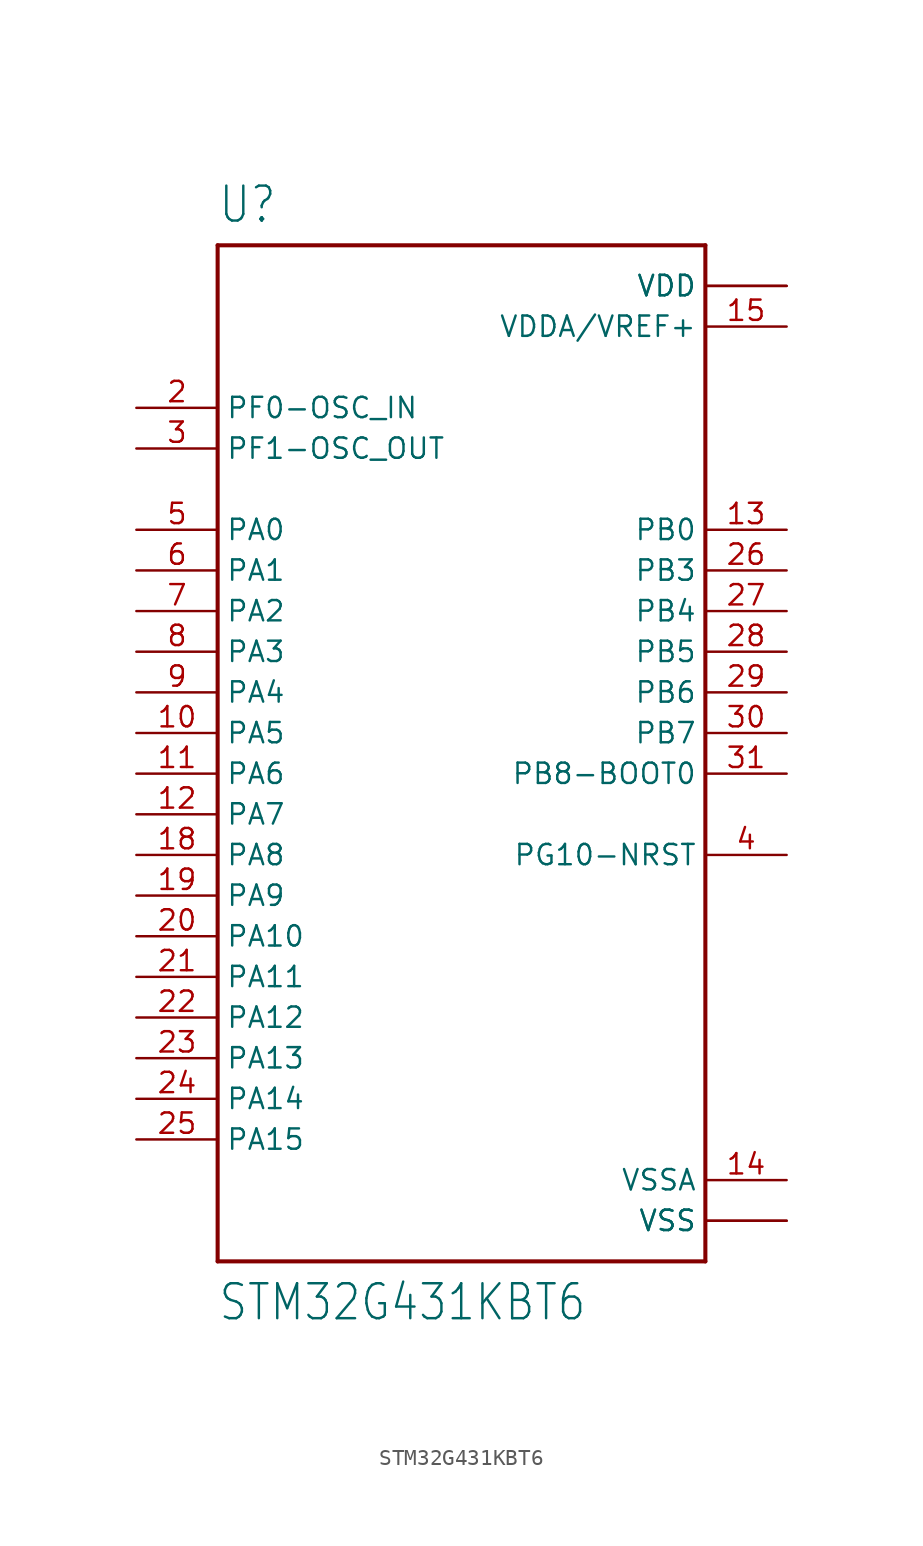
<source format=kicad_sym>
(kicad_symbol_lib
  (version 20211014)
  (generator kicad_symbol_editor)
  (symbol "STM32G431KBT6"
    (property "Reference" "U"
      (at -15.24 34.29 0)
      (effects (font (size 2.184 1.857)) (justify left bottom)))
    (property "Value" "STM32G431KBT6"
      (at -15.24 -31.75 0)
      (effects (font (size 2.184 1.857)) (justify left top)))
    (property "ki_locked" ""
      (at 0 0 0)
      (effects (font (size 1.27 1.27))))
    (symbol "STM32G431KBT6_1_0"
      (polyline (pts (xy -15.24 -30.48) (xy -15.24 33.02)) (stroke (width 0.254) (type default) (color 0 0 0 0)) (fill (type none)))
      (polyline (pts (xy -15.24 33.02) (xy 15.24 33.02)) (stroke (width 0.254) (type default) (color 0 0 0 0)) (fill (type none)))
      (polyline (pts (xy 15.24 -30.48) (xy -15.24 -30.48)) (stroke (width 0.254) (type default) (color 0 0 0 0)) (fill (type none)))
      (polyline (pts (xy 15.24 33.02) (xy 15.24 -30.48)) (stroke (width 0.254) (type default) (color 0 0 0 0)) (fill (type none)))
      (pin power_in line (at 20.32 30.48 180) (length 5.08) (name "VDD" (effects (font (size 1.27 1.27)))) (number "1" (effects (font (size 0 0)))))
      (pin bidirectional line (at -20.32 2.54 0) (length 5.08) (name "PA5" (effects (font (size 1.27 1.27)))) (number "10" (effects (font (size 1.27 1.27)))))
      (pin bidirectional line (at -20.32 0 0) (length 5.08) (name "PA6" (effects (font (size 1.27 1.27)))) (number "11" (effects (font (size 1.27 1.27)))))
      (pin bidirectional line (at -20.32 -2.54 0) (length 5.08) (name "PA7" (effects (font (size 1.27 1.27)))) (number "12" (effects (font (size 1.27 1.27)))))
      (pin bidirectional line (at 20.32 15.24 180) (length 5.08) (name "PB0" (effects (font (size 1.27 1.27)))) (number "13" (effects (font (size 1.27 1.27)))))
      (pin power_in line (at 20.32 -25.4 180) (length 5.08) (name "VSSA" (effects (font (size 1.27 1.27)))) (number "14" (effects (font (size 1.27 1.27)))))
      (pin power_in line (at 20.32 27.94 180) (length 5.08) (name "VDDA/VREF+" (effects (font (size 1.27 1.27)))) (number "15" (effects (font (size 1.27 1.27)))))
      (pin power_in line (at 20.32 -27.94 180) (length 5.08) (name "VSS" (effects (font (size 1.27 1.27)))) (number "16" (effects (font (size 0 0)))))
      (pin power_in line (at 20.32 30.48 180) (length 5.08) (name "VDD" (effects (font (size 1.27 1.27)))) (number "17" (effects (font (size 0 0)))))
      (pin bidirectional line (at -20.32 -5.08 0) (length 5.08) (name "PA8" (effects (font (size 1.27 1.27)))) (number "18" (effects (font (size 1.27 1.27)))))
      (pin bidirectional line (at -20.32 -7.62 0) (length 5.08) (name "PA9" (effects (font (size 1.27 1.27)))) (number "19" (effects (font (size 1.27 1.27)))))
      (pin input line (at -20.32 22.86 0) (length 5.08) (name "PF0-OSC_IN" (effects (font (size 1.27 1.27)))) (number "2" (effects (font (size 1.27 1.27)))))
      (pin bidirectional line (at -20.32 -10.16 0) (length 5.08) (name "PA10" (effects (font (size 1.27 1.27)))) (number "20" (effects (font (size 1.27 1.27)))))
      (pin bidirectional line (at -20.32 -12.7 0) (length 5.08) (name "PA11" (effects (font (size 1.27 1.27)))) (number "21" (effects (font (size 1.27 1.27)))))
      (pin bidirectional line (at -20.32 -15.24 0) (length 5.08) (name "PA12" (effects (font (size 1.27 1.27)))) (number "22" (effects (font (size 1.27 1.27)))))
      (pin bidirectional line (at -20.32 -17.78 0) (length 5.08) (name "PA13" (effects (font (size 1.27 1.27)))) (number "23" (effects (font (size 1.27 1.27)))))
      (pin bidirectional line (at -20.32 -20.32 0) (length 5.08) (name "PA14" (effects (font (size 1.27 1.27)))) (number "24" (effects (font (size 1.27 1.27)))))
      (pin bidirectional line (at -20.32 -22.86 0) (length 5.08) (name "PA15" (effects (font (size 1.27 1.27)))) (number "25" (effects (font (size 1.27 1.27)))))
      (pin bidirectional line (at 20.32 12.7 180) (length 5.08) (name "PB3" (effects (font (size 1.27 1.27)))) (number "26" (effects (font (size 1.27 1.27)))))
      (pin bidirectional line (at 20.32 10.16 180) (length 5.08) (name "PB4" (effects (font (size 1.27 1.27)))) (number "27" (effects (font (size 1.27 1.27)))))
      (pin bidirectional line (at 20.32 7.62 180) (length 5.08) (name "PB5" (effects (font (size 1.27 1.27)))) (number "28" (effects (font (size 1.27 1.27)))))
      (pin bidirectional line (at 20.32 5.08 180) (length 5.08) (name "PB6" (effects (font (size 1.27 1.27)))) (number "29" (effects (font (size 1.27 1.27)))))
      (pin output line (at -20.32 20.32 0) (length 5.08) (name "PF1-OSC_OUT" (effects (font (size 1.27 1.27)))) (number "3" (effects (font (size 1.27 1.27)))))
      (pin bidirectional line (at 20.32 2.54 180) (length 5.08) (name "PB7" (effects (font (size 1.27 1.27)))) (number "30" (effects (font (size 1.27 1.27)))))
      (pin bidirectional line (at 20.32 0 180) (length 5.08) (name "PB8-BOOT0" (effects (font (size 1.27 1.27)))) (number "31" (effects (font (size 1.27 1.27)))))
      (pin power_in line (at 20.32 -27.94 180) (length 5.08) (name "VSS" (effects (font (size 1.27 1.27)))) (number "32" (effects (font (size 0 0)))))
      (pin bidirectional line (at 20.32 -5.08 180) (length 5.08) (name "PG10-NRST" (effects (font (size 1.27 1.27)))) (number "4" (effects (font (size 1.27 1.27)))))
      (pin bidirectional line (at -20.32 15.24 0) (length 5.08) (name "PA0" (effects (font (size 1.27 1.27)))) (number "5" (effects (font (size 1.27 1.27)))))
      (pin bidirectional line (at -20.32 12.7 0) (length 5.08) (name "PA1" (effects (font (size 1.27 1.27)))) (number "6" (effects (font (size 1.27 1.27)))))
      (pin bidirectional line (at -20.32 10.16 0) (length 5.08) (name "PA2" (effects (font (size 1.27 1.27)))) (number "7" (effects (font (size 1.27 1.27)))))
      (pin bidirectional line (at -20.32 7.62 0) (length 5.08) (name "PA3" (effects (font (size 1.27 1.27)))) (number "8" (effects (font (size 1.27 1.27)))))
      (pin bidirectional line (at -20.32 5.08 0) (length 5.08) (name "PA4" (effects (font (size 1.27 1.27)))) (number "9" (effects (font (size 1.27 1.27))))))))
</source>
